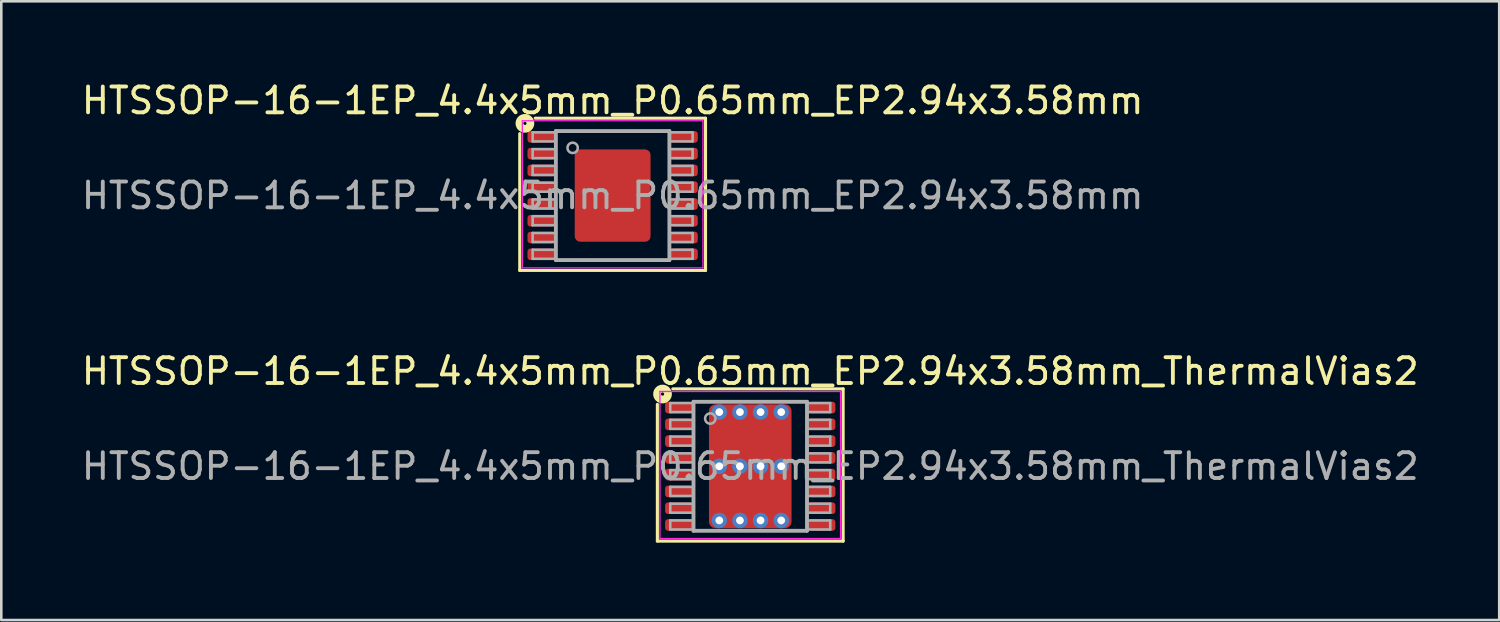
<source format=kicad_pcb>
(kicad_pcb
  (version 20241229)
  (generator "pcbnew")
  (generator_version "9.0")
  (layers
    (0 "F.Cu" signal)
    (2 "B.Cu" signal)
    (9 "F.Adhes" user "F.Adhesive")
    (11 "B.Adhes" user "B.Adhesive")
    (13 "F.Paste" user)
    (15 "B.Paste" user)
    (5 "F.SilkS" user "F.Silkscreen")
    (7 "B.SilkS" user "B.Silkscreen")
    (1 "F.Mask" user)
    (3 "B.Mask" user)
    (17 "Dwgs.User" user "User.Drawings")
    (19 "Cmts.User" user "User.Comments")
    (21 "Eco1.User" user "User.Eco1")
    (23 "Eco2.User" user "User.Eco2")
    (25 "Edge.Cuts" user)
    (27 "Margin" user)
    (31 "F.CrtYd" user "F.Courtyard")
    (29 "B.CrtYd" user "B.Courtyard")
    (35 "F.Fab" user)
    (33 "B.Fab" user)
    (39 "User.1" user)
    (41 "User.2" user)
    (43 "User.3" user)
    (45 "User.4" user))
  (footprint "HTSSOP-16-1EP_4.4x5mm_P0.65mm_EP2.94x3.58mm"
    (layer "F.Cu")
    (at 20.696 4.531)
    (property "Reference" "HTSSOP-16-1EP_4.4x5mm_P0.65mm_EP2.94x3.58mm" (at 0 -3.683 0) (layer "F.SilkS") (effects (font (size 1 1) (thickness 0.15))))
    (attr smd)
    (fp_line (start -3.6 -2.4) (end -3.6 2.9) (stroke (width 0.12) (type solid)) (layer "F.SilkS"))
    (fp_line (start -3.6 2.9) (end 3.6 2.9) (stroke (width 0.12) (type solid)) (layer "F.SilkS"))
    (fp_line (start 3.6 -3) (end -3 -3) (stroke (width 0.12) (type solid)) (layer "F.SilkS"))
    (fp_line (start 3.6 2.9) (end 3.6 -3) (stroke (width 0.12) (type solid)) (layer "F.SilkS"))
    (fp_circle (center -3.4 -2.8) (end -3.337 -2.8) (stroke (width 0.3) (type solid)) (fill no) (layer "F.SilkS"))
    (fp_line (start -3.5 -2.9) (end -3.5 2.8) (stroke (width 0.05) (type solid)) (layer "F.CrtYd"))
    (fp_line (start -3.5 -2.9) (end 3.5 -2.9) (stroke (width 0.05) (type solid)) (layer "F.CrtYd"))
    (fp_line (start -3.5 2.8) (end 3.5 2.8) (stroke (width 0.05) (type solid)) (layer "F.CrtYd"))
    (fp_line (start 3.5 -2.9) (end 3.5 2.8) (stroke (width 0.05) (type solid)) (layer "F.CrtYd"))
    (fp_line (start -3.1 -2.45) (end -3.1 -2.1) (stroke (width 0.1) (type solid)) (layer "F.Fab"))
    (fp_line (start -3.1 -2.45) (end -2.2 -2.45) (stroke (width 0.1) (type solid)) (layer "F.Fab"))
    (fp_line (start -3.1 -2.1) (end -2.2 -2.1) (stroke (width 0.1) (type solid)) (layer "F.Fab"))
    (fp_line (start -3.1 -1.8) (end -3.1 -1.45) (stroke (width 0.1) (type solid)) (layer "F.Fab"))
    (fp_line (start -3.1 -1.8) (end -2.2 -1.8) (stroke (width 0.1) (type solid)) (layer "F.Fab"))
    (fp_line (start -3.1 -1.45) (end -2.2 -1.45) (stroke (width 0.1) (type solid)) (layer "F.Fab"))
    (fp_line (start -3.1 -1.15) (end -3.1 -0.8) (stroke (width 0.1) (type solid)) (layer "F.Fab"))
    (fp_line (start -3.1 -1.15) (end -2.2 -1.15) (stroke (width 0.1) (type solid)) (layer "F.Fab"))
    (fp_line (start -3.1 -0.8) (end -2.2 -0.8) (stroke (width 0.1) (type solid)) (layer "F.Fab"))
    (fp_line (start -3.1 -0.5) (end -3.1 -0.15) (stroke (width 0.1) (type solid)) (layer "F.Fab"))
    (fp_line (start -3.1 -0.5) (end -2.2 -0.5) (stroke (width 0.1) (type solid)) (layer "F.Fab"))
    (fp_line (start -3.1 -0.15) (end -2.2 -0.15) (stroke (width 0.1) (type solid)) (layer "F.Fab"))
    (fp_line (start -3.1 0.15) (end -3.1 0.5) (stroke (width 0.1) (type solid)) (layer "F.Fab"))
    (fp_line (start -3.1 0.15) (end -2.2 0.15) (stroke (width 0.1) (type solid)) (layer "F.Fab"))
    (fp_line (start -3.1 0.5) (end -2.2 0.5) (stroke (width 0.1) (type solid)) (layer "F.Fab"))
    (fp_line (start -3.1 0.8) (end -3.1 1.15) (stroke (width 0.1) (type solid)) (layer "F.Fab"))
    (fp_line (start -3.1 0.8) (end -2.2 0.8) (stroke (width 0.1) (type solid)) (layer "F.Fab"))
    (fp_line (start -3.1 1.15) (end -2.2 1.15) (stroke (width 0.1) (type solid)) (layer "F.Fab"))
    (fp_line (start -3.1 1.45) (end -3.1 1.8) (stroke (width 0.1) (type solid)) (layer "F.Fab"))
    (fp_line (start -3.1 1.45) (end -2.2 1.45) (stroke (width 0.1) (type solid)) (layer "F.Fab"))
    (fp_line (start -3.1 1.8) (end -2.2 1.8) (stroke (width 0.1) (type solid)) (layer "F.Fab"))
    (fp_line (start -3.1 2.1) (end -3.1 2.45) (stroke (width 0.1) (type solid)) (layer "F.Fab"))
    (fp_line (start -3.1 2.1) (end -2.2 2.1) (stroke (width 0.1) (type solid)) (layer "F.Fab"))
    (fp_line (start -3.1 2.45) (end -2.2 2.45) (stroke (width 0.1) (type solid)) (layer "F.Fab"))
    (fp_line (start -2.2 -2.5) (end 2.2 -2.5) (stroke (width 0.15) (type solid)) (layer "F.Fab"))
    (fp_line (start -2.2 2.5) (end -2.2 -2.5) (stroke (width 0.15) (type solid)) (layer "F.Fab"))
    (fp_line (start 2.2 -2.5) (end 2.2 2.5) (stroke (width 0.15) (type solid)) (layer "F.Fab"))
    (fp_line (start 2.2 2.5) (end -2.2 2.5) (stroke (width 0.15) (type solid)) (layer "F.Fab"))
    (fp_line (start 3.1 -2.45) (end 2.2 -2.45) (stroke (width 0.1) (type solid)) (layer "F.Fab"))
    (fp_line (start 3.1 -2.1) (end 2.2 -2.1) (stroke (width 0.1) (type solid)) (layer "F.Fab"))
    (fp_line (start 3.1 -2.1) (end 3.1 -2.45) (stroke (width 0.1) (type solid)) (layer "F.Fab"))
    (fp_line (start 3.1 -1.8) (end 2.2 -1.8) (stroke (width 0.1) (type solid)) (layer "F.Fab"))
    (fp_line (start 3.1 -1.45) (end 2.2 -1.45) (stroke (width 0.1) (type solid)) (layer "F.Fab"))
    (fp_line (start 3.1 -1.45) (end 3.1 -1.8) (stroke (width 0.1) (type solid)) (layer "F.Fab"))
    (fp_line (start 3.1 -1.15) (end 2.2 -1.15) (stroke (width 0.1) (type solid)) (layer "F.Fab"))
    (fp_line (start 3.1 -0.8) (end 2.2 -0.8) (stroke (width 0.1) (type solid)) (layer "F.Fab"))
    (fp_line (start 3.1 -0.8) (end 3.1 -1.15) (stroke (width 0.1) (type solid)) (layer "F.Fab"))
    (fp_line (start 3.1 -0.5) (end 2.2 -0.5) (stroke (width 0.1) (type solid)) (layer "F.Fab"))
    (fp_line (start 3.1 -0.15) (end 2.2 -0.15) (stroke (width 0.1) (type solid)) (layer "F.Fab"))
    (fp_line (start 3.1 -0.15) (end 3.1 -0.5) (stroke (width 0.1) (type solid)) (layer "F.Fab"))
    (fp_line (start 3.1 0.15) (end 2.2 0.15) (stroke (width 0.1) (type solid)) (layer "F.Fab"))
    (fp_line (start 3.1 0.5) (end 2.2 0.5) (stroke (width 0.1) (type solid)) (layer "F.Fab"))
    (fp_line (start 3.1 0.5) (end 3.1 0.15) (stroke (width 0.1) (type solid)) (layer "F.Fab"))
    (fp_line (start 3.1 0.8) (end 2.2 0.8) (stroke (width 0.1) (type solid)) (layer "F.Fab"))
    (fp_line (start 3.1 1.15) (end 2.2 1.15) (stroke (width 0.1) (type solid)) (layer "F.Fab"))
    (fp_line (start 3.1 1.15) (end 3.1 0.8) (stroke (width 0.1) (type solid)) (layer "F.Fab"))
    (fp_line (start 3.1 1.45) (end 2.2 1.45) (stroke (width 0.1) (type solid)) (layer "F.Fab"))
    (fp_line (start 3.1 1.8) (end 2.2 1.8) (stroke (width 0.1) (type solid)) (layer "F.Fab"))
    (fp_line (start 3.1 1.8) (end 3.1 1.45) (stroke (width 0.1) (type solid)) (layer "F.Fab"))
    (fp_line (start 3.1 2.1) (end 2.2 2.1) (stroke (width 0.1) (type solid)) (layer "F.Fab"))
    (fp_line (start 3.1 2.45) (end 2.2 2.45) (stroke (width 0.1) (type solid)) (layer "F.Fab"))
    (fp_line (start 3.1 2.45) (end 3.1 2.1) (stroke (width 0.1) (type solid)) (layer "F.Fab"))
    (fp_circle (center -1.55 -1.85) (end -1.35 -1.85) (stroke (width 0.1) (type solid)) (fill no) (layer "F.Fab"))
    (fp_text user "${REFERENCE}" (at 0 0 0) (layer "F.Fab") (effects (font (size 1 1) (thickness 0.15))))
    (pad "" smd roundrect (at -1 -1.2) (size 0.8 1) (layers "F.Paste") (roundrect_rratio 0.25))
    (pad "" smd roundrect (at -1 0) (size 0.8 1) (layers "F.Paste") (roundrect_rratio 0.25))
    (pad "" smd roundrect (at -1 1.2) (size 0.8 1) (layers "F.Paste") (roundrect_rratio 0.25))
    (pad "" smd roundrect (at 0 -1.2) (size 0.8 1) (layers "F.Paste") (roundrect_rratio 0.25))
    (pad "" smd roundrect (at 0 0) (size 0.8 1) (layers "F.Paste") (roundrect_rratio 0.25))
    (pad "" smd roundrect (at 0 1.2) (size 0.8 1) (layers "F.Paste") (roundrect_rratio 0.25))
    (pad "" smd roundrect (at 1 -1.2) (size 0.8 1) (layers "F.Paste") (roundrect_rratio 0.25))
    (pad "" smd roundrect (at 1 0) (size 0.8 1) (layers "F.Paste") (roundrect_rratio 0.25))
    (pad "" smd roundrect (at 1 1.2) (size 0.8 1) (layers "F.Paste") (roundrect_rratio 0.25))
    (pad "1" smd roundrect (at -2.775 -2.275) (size 1.05 0.45) (layers "F.Cu" "F.Mask" "F.Paste") (roundrect_rratio 0.25))
    (pad "2" smd roundrect (at -2.775 -1.625) (size 1.05 0.45) (layers "F.Cu" "F.Mask" "F.Paste") (roundrect_rratio 0.25))
    (pad "3" smd roundrect (at -2.775 -0.975) (size 1.05 0.45) (layers "F.Cu" "F.Mask" "F.Paste") (roundrect_rratio 0.25))
    (pad "4" smd roundrect (at -2.775 -0.325) (size 1.05 0.45) (layers "F.Cu" "F.Mask" "F.Paste") (roundrect_rratio 0.25))
    (pad "5" smd roundrect (at -2.775 0.325) (size 1.05 0.45) (layers "F.Cu" "F.Mask" "F.Paste") (roundrect_rratio 0.25))
    (pad "6" smd roundrect (at -2.775 0.975) (size 1.05 0.45) (layers "F.Cu" "F.Mask" "F.Paste") (roundrect_rratio 0.25))
    (pad "7" smd roundrect (at -2.775 1.625) (size 1.05 0.45) (layers "F.Cu" "F.Mask" "F.Paste") (roundrect_rratio 0.25))
    (pad "8" smd roundrect (at -2.775 2.275) (size 1.05 0.45) (layers "F.Cu" "F.Mask" "F.Paste") (roundrect_rratio 0.25))
    (pad "9" smd roundrect (at 2.775 2.275) (size 1.05 0.45) (layers "F.Cu" "F.Mask" "F.Paste") (roundrect_rratio 0.25))
    (pad "10" smd roundrect (at 2.775 1.625) (size 1.05 0.45) (layers "F.Cu" "F.Mask" "F.Paste") (roundrect_rratio 0.25))
    (pad "11" smd roundrect (at 2.775 0.975) (size 1.05 0.45) (layers "F.Cu" "F.Mask" "F.Paste") (roundrect_rratio 0.25))
    (pad "12" smd roundrect (at 2.775 0.325) (size 1.05 0.45) (layers "F.Cu" "F.Mask" "F.Paste") (roundrect_rratio 0.25))
    (pad "13" smd roundrect (at 2.775 -0.325) (size 1.05 0.45) (layers "F.Cu" "F.Mask" "F.Paste") (roundrect_rratio 0.25))
    (pad "14" smd roundrect (at 2.775 -0.975) (size 1.05 0.45) (layers "F.Cu" "F.Mask" "F.Paste") (roundrect_rratio 0.25))
    (pad "15" smd roundrect (at 2.775 -1.625) (size 1.05 0.45) (layers "F.Cu" "F.Mask" "F.Paste") (roundrect_rratio 0.25))
    (pad "16" smd roundrect (at 2.775 -2.275) (size 1.05 0.45) (layers "F.Cu" "F.Mask" "F.Paste") (roundrect_rratio 0.25))
    (pad "17" smd roundrect (at 0 0) (size 2.94 3.58) (layers "F.Cu" "F.Mask") (roundrect_rratio 0.074)))
  (footprint "HTSSOP-16-1EP_4.4x5mm_P0.65mm_EP2.94x3.58mm_ThermalVias2"
    (layer "F.Cu")
    (at 26.03 15.023)
    (property "Reference" "HTSSOP-16-1EP_4.4x5mm_P0.65mm_EP2.94x3.58mm_ThermalVias2" (at 0 -3.683 0) (layer "F.SilkS") (effects (font (size 1 1) (thickness 0.15))))
    (attr smd)
    (fp_line (start -3.6 -2.4) (end -3.6 2.9) (stroke (width 0.12) (type solid)) (layer "F.SilkS"))
    (fp_line (start -3.6 2.9) (end 3.6 2.9) (stroke (width 0.12) (type solid)) (layer "F.SilkS"))
    (fp_line (start 3.6 -3) (end -3 -3) (stroke (width 0.12) (type solid)) (layer "F.SilkS"))
    (fp_line (start 3.6 2.9) (end 3.6 -3) (stroke (width 0.12) (type solid)) (layer "F.SilkS"))
    (fp_circle (center -3.4 -2.8) (end -3.337 -2.8) (stroke (width 0.3) (type solid)) (fill no) (layer "F.SilkS"))
    (fp_line (start -3.5 -2.9) (end -3.5 2.8) (stroke (width 0.05) (type solid)) (layer "F.CrtYd"))
    (fp_line (start -3.5 -2.9) (end 3.5 -2.9) (stroke (width 0.05) (type solid)) (layer "F.CrtYd"))
    (fp_line (start -3.5 2.8) (end 3.5 2.8) (stroke (width 0.05) (type solid)) (layer "F.CrtYd"))
    (fp_line (start 3.5 -2.9) (end 3.5 2.8) (stroke (width 0.05) (type solid)) (layer "F.CrtYd"))
    (fp_line (start -3.1 -2.45) (end -3.1 -2.1) (stroke (width 0.1) (type solid)) (layer "F.Fab"))
    (fp_line (start -3.1 -2.45) (end -2.2 -2.45) (stroke (width 0.1) (type solid)) (layer "F.Fab"))
    (fp_line (start -3.1 -2.1) (end -2.2 -2.1) (stroke (width 0.1) (type solid)) (layer "F.Fab"))
    (fp_line (start -3.1 -1.8) (end -3.1 -1.45) (stroke (width 0.1) (type solid)) (layer "F.Fab"))
    (fp_line (start -3.1 -1.8) (end -2.2 -1.8) (stroke (width 0.1) (type solid)) (layer "F.Fab"))
    (fp_line (start -3.1 -1.45) (end -2.2 -1.45) (stroke (width 0.1) (type solid)) (layer "F.Fab"))
    (fp_line (start -3.1 -1.15) (end -3.1 -0.8) (stroke (width 0.1) (type solid)) (layer "F.Fab"))
    (fp_line (start -3.1 -1.15) (end -2.2 -1.15) (stroke (width 0.1) (type solid)) (layer "F.Fab"))
    (fp_line (start -3.1 -0.8) (end -2.2 -0.8) (stroke (width 0.1) (type solid)) (layer "F.Fab"))
    (fp_line (start -3.1 -0.5) (end -3.1 -0.15) (stroke (width 0.1) (type solid)) (layer "F.Fab"))
    (fp_line (start -3.1 -0.5) (end -2.2 -0.5) (stroke (width 0.1) (type solid)) (layer "F.Fab"))
    (fp_line (start -3.1 -0.15) (end -2.2 -0.15) (stroke (width 0.1) (type solid)) (layer "F.Fab"))
    (fp_line (start -3.1 0.15) (end -3.1 0.5) (stroke (width 0.1) (type solid)) (layer "F.Fab"))
    (fp_line (start -3.1 0.15) (end -2.2 0.15) (stroke (width 0.1) (type solid)) (layer "F.Fab"))
    (fp_line (start -3.1 0.5) (end -2.2 0.5) (stroke (width 0.1) (type solid)) (layer "F.Fab"))
    (fp_line (start -3.1 0.8) (end -3.1 1.15) (stroke (width 0.1) (type solid)) (layer "F.Fab"))
    (fp_line (start -3.1 0.8) (end -2.2 0.8) (stroke (width 0.1) (type solid)) (layer "F.Fab"))
    (fp_line (start -3.1 1.15) (end -2.2 1.15) (stroke (width 0.1) (type solid)) (layer "F.Fab"))
    (fp_line (start -3.1 1.45) (end -3.1 1.8) (stroke (width 0.1) (type solid)) (layer "F.Fab"))
    (fp_line (start -3.1 1.45) (end -2.2 1.45) (stroke (width 0.1) (type solid)) (layer "F.Fab"))
    (fp_line (start -3.1 1.8) (end -2.2 1.8) (stroke (width 0.1) (type solid)) (layer "F.Fab"))
    (fp_line (start -3.1 2.1) (end -3.1 2.45) (stroke (width 0.1) (type solid)) (layer "F.Fab"))
    (fp_line (start -3.1 2.1) (end -2.2 2.1) (stroke (width 0.1) (type solid)) (layer "F.Fab"))
    (fp_line (start -3.1 2.45) (end -2.2 2.45) (stroke (width 0.1) (type solid)) (layer "F.Fab"))
    (fp_line (start -2.2 -2.5) (end 2.2 -2.5) (stroke (width 0.15) (type solid)) (layer "F.Fab"))
    (fp_line (start -2.2 2.5) (end -2.2 -2.5) (stroke (width 0.15) (type solid)) (layer "F.Fab"))
    (fp_line (start 2.2 -2.5) (end 2.2 2.5) (stroke (width 0.15) (type solid)) (layer "F.Fab"))
    (fp_line (start 2.2 2.5) (end -2.2 2.5) (stroke (width 0.15) (type solid)) (layer "F.Fab"))
    (fp_line (start 3.1 -2.45) (end 2.2 -2.45) (stroke (width 0.1) (type solid)) (layer "F.Fab"))
    (fp_line (start 3.1 -2.1) (end 2.2 -2.1) (stroke (width 0.1) (type solid)) (layer "F.Fab"))
    (fp_line (start 3.1 -2.1) (end 3.1 -2.45) (stroke (width 0.1) (type solid)) (layer "F.Fab"))
    (fp_line (start 3.1 -1.8) (end 2.2 -1.8) (stroke (width 0.1) (type solid)) (layer "F.Fab"))
    (fp_line (start 3.1 -1.45) (end 2.2 -1.45) (stroke (width 0.1) (type solid)) (layer "F.Fab"))
    (fp_line (start 3.1 -1.45) (end 3.1 -1.8) (stroke (width 0.1) (type solid)) (layer "F.Fab"))
    (fp_line (start 3.1 -1.15) (end 2.2 -1.15) (stroke (width 0.1) (type solid)) (layer "F.Fab"))
    (fp_line (start 3.1 -0.8) (end 2.2 -0.8) (stroke (width 0.1) (type solid)) (layer "F.Fab"))
    (fp_line (start 3.1 -0.8) (end 3.1 -1.15) (stroke (width 0.1) (type solid)) (layer "F.Fab"))
    (fp_line (start 3.1 -0.5) (end 2.2 -0.5) (stroke (width 0.1) (type solid)) (layer "F.Fab"))
    (fp_line (start 3.1 -0.15) (end 2.2 -0.15) (stroke (width 0.1) (type solid)) (layer "F.Fab"))
    (fp_line (start 3.1 -0.15) (end 3.1 -0.5) (stroke (width 0.1) (type solid)) (layer "F.Fab"))
    (fp_line (start 3.1 0.15) (end 2.2 0.15) (stroke (width 0.1) (type solid)) (layer "F.Fab"))
    (fp_line (start 3.1 0.5) (end 2.2 0.5) (stroke (width 0.1) (type solid)) (layer "F.Fab"))
    (fp_line (start 3.1 0.5) (end 3.1 0.15) (stroke (width 0.1) (type solid)) (layer "F.Fab"))
    (fp_line (start 3.1 0.8) (end 2.2 0.8) (stroke (width 0.1) (type solid)) (layer "F.Fab"))
    (fp_line (start 3.1 1.15) (end 2.2 1.15) (stroke (width 0.1) (type solid)) (layer "F.Fab"))
    (fp_line (start 3.1 1.15) (end 3.1 0.8) (stroke (width 0.1) (type solid)) (layer "F.Fab"))
    (fp_line (start 3.1 1.45) (end 2.2 1.45) (stroke (width 0.1) (type solid)) (layer "F.Fab"))
    (fp_line (start 3.1 1.8) (end 2.2 1.8) (stroke (width 0.1) (type solid)) (layer "F.Fab"))
    (fp_line (start 3.1 1.8) (end 3.1 1.45) (stroke (width 0.1) (type solid)) (layer "F.Fab"))
    (fp_line (start 3.1 2.1) (end 2.2 2.1) (stroke (width 0.1) (type solid)) (layer "F.Fab"))
    (fp_line (start 3.1 2.45) (end 2.2 2.45) (stroke (width 0.1) (type solid)) (layer "F.Fab"))
    (fp_line (start 3.1 2.45) (end 3.1 2.1) (stroke (width 0.1) (type solid)) (layer "F.Fab"))
    (fp_circle (center -1.55 -1.85) (end -1.35 -1.85) (stroke (width 0.1) (type solid)) (fill no) (layer "F.Fab"))
    (fp_text user "${REFERENCE}" (at 0 0 0) (layer "F.Fab") (effects (font (size 1 1) (thickness 0.15))))
    (pad "" smd roundrect (at -0.725 -1.05) (size 1.15 1.2) (layers "F.Paste") (roundrect_rratio 0.25))
    (pad "" smd roundrect (at -0.725 1.05) (size 1.15 1.2) (layers "F.Paste") (roundrect_rratio 0.25))
    (pad "" smd roundrect (at 0 -1.05) (size 3 1.5) (layers "F.Mask") (roundrect_rratio 0.208))
    (pad "" smd roundrect (at 0 1.05) (size 3 1.5) (layers "F.Mask") (roundrect_rratio 0.208))
    (pad "" smd roundrect (at 0.725 -1.05) (size 1.15 1.2) (layers "F.Paste") (roundrect_rratio 0.25))
    (pad "" smd roundrect (at 0.725 1.05) (size 1.15 1.2) (layers "F.Paste") (roundrect_rratio 0.25))
    (pad "1" smd roundrect (at -2.775 -2.275) (size 1.05 0.45) (layers "F.Cu" "F.Mask" "F.Paste") (roundrect_rratio 0.25))
    (pad "2" smd roundrect (at -2.775 -1.625) (size 1.05 0.45) (layers "F.Cu" "F.Mask" "F.Paste") (roundrect_rratio 0.25))
    (pad "3" smd roundrect (at -2.775 -0.975) (size 1.05 0.45) (layers "F.Cu" "F.Mask" "F.Paste") (roundrect_rratio 0.25))
    (pad "4" smd roundrect (at -2.775 -0.325) (size 1.05 0.45) (layers "F.Cu" "F.Mask" "F.Paste") (roundrect_rratio 0.25))
    (pad "5" smd roundrect (at -2.775 0.325) (size 1.05 0.45) (layers "F.Cu" "F.Mask" "F.Paste") (roundrect_rratio 0.25))
    (pad "6" smd roundrect (at -2.775 0.975) (size 1.05 0.45) (layers "F.Cu" "F.Mask" "F.Paste") (roundrect_rratio 0.25))
    (pad "7" smd roundrect (at -2.775 1.625) (size 1.05 0.45) (layers "F.Cu" "F.Mask" "F.Paste") (roundrect_rratio 0.25))
    (pad "8" smd roundrect (at -2.775 2.275) (size 1.05 0.45) (layers "F.Cu" "F.Mask" "F.Paste") (roundrect_rratio 0.25))
    (pad "9" smd roundrect (at 2.775 2.275) (size 1.05 0.45) (layers "F.Cu" "F.Mask" "F.Paste") (roundrect_rratio 0.25))
    (pad "10" smd roundrect (at 2.775 1.625) (size 1.05 0.45) (layers "F.Cu" "F.Mask" "F.Paste") (roundrect_rratio 0.25))
    (pad "11" smd roundrect (at 2.775 0.975) (size 1.05 0.45) (layers "F.Cu" "F.Mask" "F.Paste") (roundrect_rratio 0.25))
    (pad "12" smd roundrect (at 2.775 0.325) (size 1.05 0.45) (layers "F.Cu" "F.Mask" "F.Paste") (roundrect_rratio 0.25))
    (pad "13" smd roundrect (at 2.775 -0.325) (size 1.05 0.45) (layers "F.Cu" "F.Mask" "F.Paste") (roundrect_rratio 0.25))
    (pad "14" smd roundrect (at 2.775 -0.975) (size 1.05 0.45) (layers "F.Cu" "F.Mask" "F.Paste") (roundrect_rratio 0.25))
    (pad "15" smd roundrect (at 2.775 -1.625) (size 1.05 0.45) (layers "F.Cu" "F.Mask" "F.Paste") (roundrect_rratio 0.25))
    (pad "16" smd roundrect (at 2.775 -2.275) (size 1.05 0.45) (layers "F.Cu" "F.Mask" "F.Paste") (roundrect_rratio 0.25))
    (pad "17" thru_hole circle (at -1.2 -2.1) (size 0.6 0.6) (drill 0.3) (property pad_prop_heatsink) (layers "*.Cu" "*.Mask"))
    (pad "17" thru_hole circle (at -1.2 0) (size 0.6 0.6) (drill 0.3) (property pad_prop_heatsink) (layers "*.Cu" "*.Mask"))
    (pad "17" thru_hole circle (at -1.2 2.1) (size 0.6 0.6) (drill 0.3) (property pad_prop_heatsink) (layers "*.Cu" "*.Mask"))
    (pad "17" thru_hole circle (at -0.4 -2.1) (size 0.6 0.6) (drill 0.3) (property pad_prop_heatsink) (layers "*.Cu" "*.Mask"))
    (pad "17" thru_hole circle (at -0.4 0) (size 0.6 0.6) (drill 0.3) (property pad_prop_heatsink) (layers "*.Cu" "*.Mask"))
    (pad "17" thru_hole circle (at -0.4 2.1) (size 0.6 0.6) (drill 0.3) (property pad_prop_heatsink) (layers "*.Cu" "*.Mask"))
    (pad "17" smd roundrect (at 0 0) (size 3.2 4.8) (layers "F.Cu") (roundrect_rratio 0.078))
    (pad "17" thru_hole circle (at 0.4 -2.1) (size 0.6 0.6) (drill 0.3) (property pad_prop_heatsink) (layers "*.Cu" "*.Mask"))
    (pad "17" thru_hole circle (at 0.4 0) (size 0.6 0.6) (drill 0.3) (property pad_prop_heatsink) (layers "*.Cu" "*.Mask"))
    (pad "17" thru_hole circle (at 0.4 2.1) (size 0.6 0.6) (drill 0.3) (property pad_prop_heatsink) (layers "*.Cu" "*.Mask"))
    (pad "17" thru_hole circle (at 1.2 -2.1) (size 0.6 0.6) (drill 0.3) (property pad_prop_heatsink) (layers "*.Cu" "*.Mask"))
    (pad "17" thru_hole circle (at 1.2 0) (size 0.6 0.6) (drill 0.3) (property pad_prop_heatsink) (layers "*.Cu" "*.Mask"))
    (pad "17" thru_hole circle (at 1.2 2.1) (size 0.6 0.6) (drill 0.3) (property pad_prop_heatsink) (layers "*.Cu" "*.Mask")))
  (gr_rect
    (start -3 -3)
    (end 55.06 20.983)
    (stroke (width 0.1) (type default))
    (fill no)
    (layer "Edge.Cuts")))
</source>
